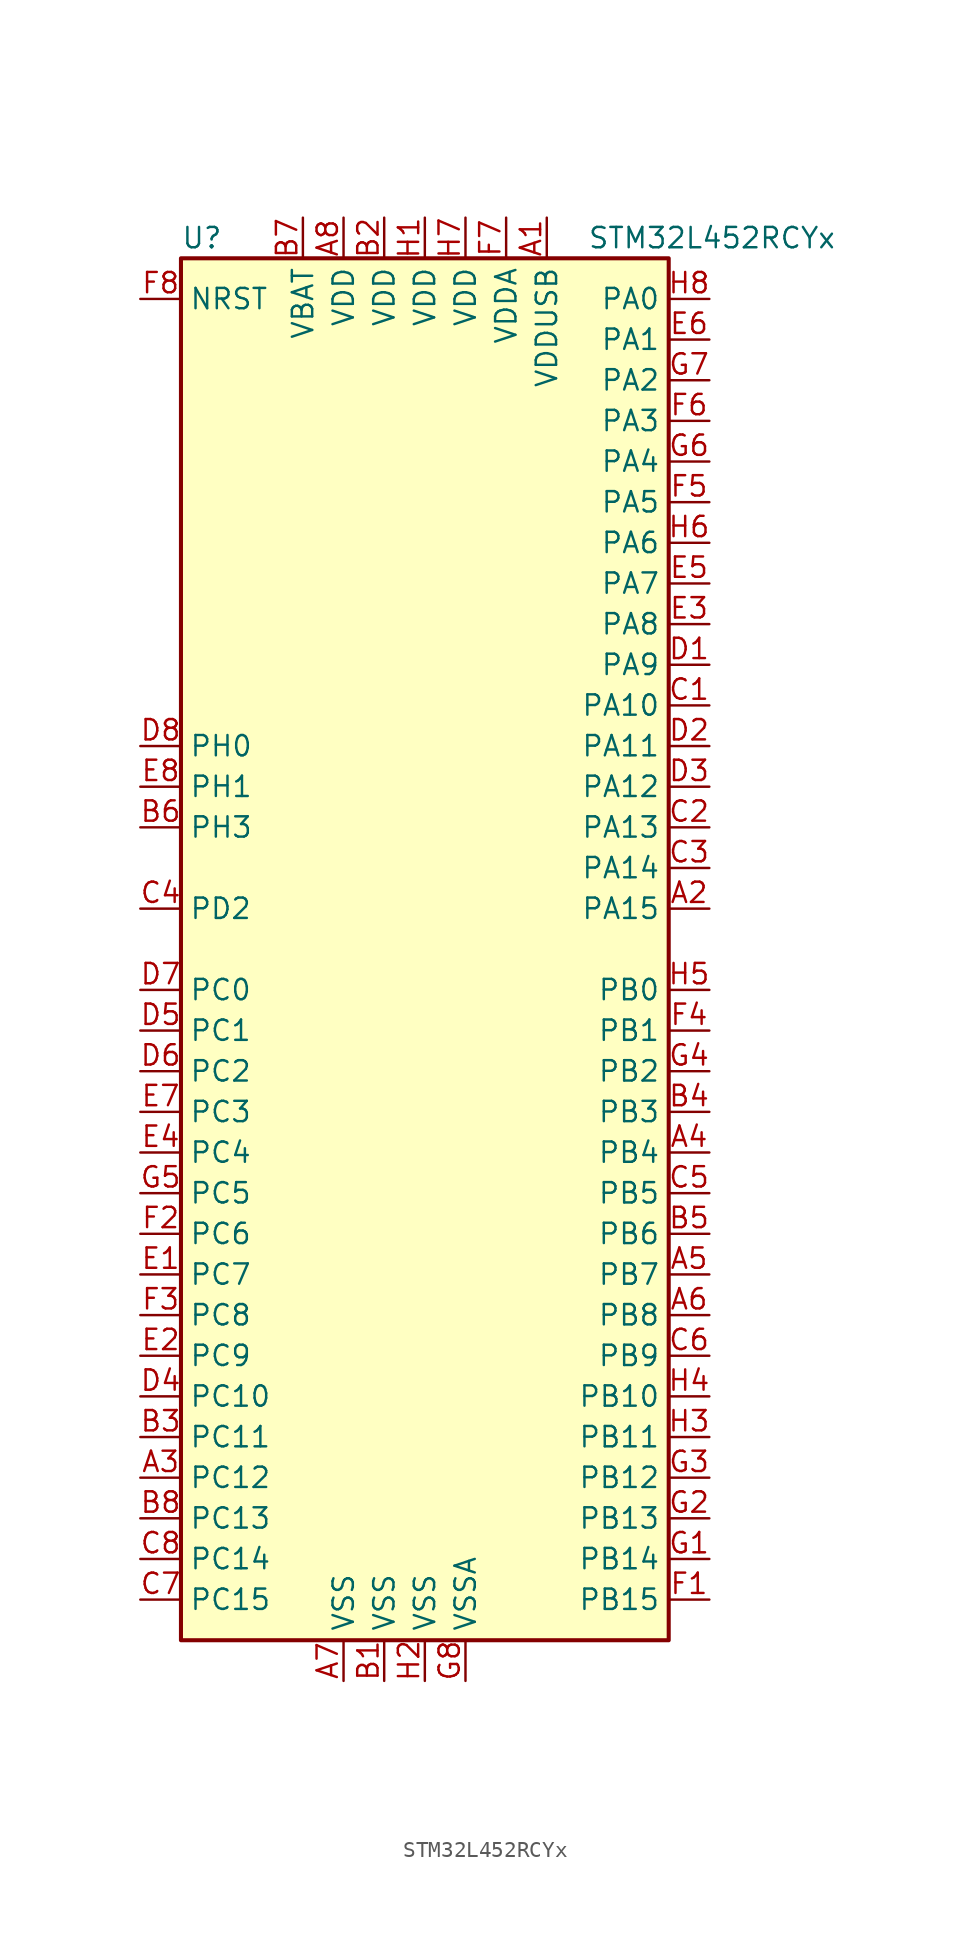
<source format=kicad_sym>
(kicad_symbol_lib
  (version 20201005)
  (generator kicad_symbol_editor)
  (symbol "STM32L452RCYx"
    (property "Reference" "U"
      (at -15.24 44.45 0)
      (effects (font (size 1.27 1.27)) (justify left)))
    (property "Value" "STM32L452RCYx"
      (at 10.16 44.45 0)
      (effects (font (size 1.27 1.27)) (justify left)))
    (symbol "STM32L452RCYx_0_1"
      (rectangle (start -15.24 -43.18) (end 15.24 43.18) (stroke (width 0.254)) (fill (type background))))
    (symbol "STM32L452RCYx_1_1"
      (pin power_in line (at 7.62 45.72 270) (length 2.54) (name "VDDUSB" (effects (font (size 1.27 1.27)))) (number "A1" (effects (font (size 1.27 1.27)))))
      (pin bidirectional line (at 17.78 2.54 180) (length 2.54) (name "PA15" (effects (font (size 1.27 1.27)))) (number "A2" (effects (font (size 1.27 1.27)))))
      (pin bidirectional line (at -17.78 -33.02 0) (length 2.54) (name "PC12" (effects (font (size 1.27 1.27)))) (number "A3" (effects (font (size 1.27 1.27)))))
      (pin bidirectional line (at 17.78 -12.7 180) (length 2.54) (name "PB4" (effects (font (size 1.27 1.27)))) (number "A4" (effects (font (size 1.27 1.27)))))
      (pin bidirectional line (at 17.78 -20.32 180) (length 2.54) (name "PB7" (effects (font (size 1.27 1.27)))) (number "A5" (effects (font (size 1.27 1.27)))))
      (pin bidirectional line (at 17.78 -22.86 180) (length 2.54) (name "PB8" (effects (font (size 1.27 1.27)))) (number "A6" (effects (font (size 1.27 1.27)))))
      (pin power_in line (at -5.08 -45.72 90) (length 2.54) (name "VSS" (effects (font (size 1.27 1.27)))) (number "A7" (effects (font (size 1.27 1.27)))))
      (pin power_in line (at -5.08 45.72 270) (length 2.54) (name "VDD" (effects (font (size 1.27 1.27)))) (number "A8" (effects (font (size 1.27 1.27)))))
      (pin power_in line (at -2.54 -45.72 90) (length 2.54) (name "VSS" (effects (font (size 1.27 1.27)))) (number "B1" (effects (font (size 1.27 1.27)))))
      (pin power_in line (at -2.54 45.72 270) (length 2.54) (name "VDD" (effects (font (size 1.27 1.27)))) (number "B2" (effects (font (size 1.27 1.27)))))
      (pin bidirectional line (at -17.78 -30.48 0) (length 2.54) (name "PC11" (effects (font (size 1.27 1.27)))) (number "B3" (effects (font (size 1.27 1.27)))))
      (pin bidirectional line (at 17.78 -10.16 180) (length 2.54) (name "PB3" (effects (font (size 1.27 1.27)))) (number "B4" (effects (font (size 1.27 1.27)))))
      (pin bidirectional line (at 17.78 -17.78 180) (length 2.54) (name "PB6" (effects (font (size 1.27 1.27)))) (number "B5" (effects (font (size 1.27 1.27)))))
      (pin bidirectional line (at -17.78 7.62 0) (length 2.54) (name "PH3" (effects (font (size 1.27 1.27)))) (number "B6" (effects (font (size 1.27 1.27)))))
      (pin power_in line (at -7.62 45.72 270) (length 2.54) (name "VBAT" (effects (font (size 1.27 1.27)))) (number "B7" (effects (font (size 1.27 1.27)))))
      (pin bidirectional line (at -17.78 -35.56 0) (length 2.54) (name "PC13" (effects (font (size 1.27 1.27)))) (number "B8" (effects (font (size 1.27 1.27)))))
      (pin bidirectional line (at 17.78 15.24 180) (length 2.54) (name "PA10" (effects (font (size 1.27 1.27)))) (number "C1" (effects (font (size 1.27 1.27)))))
      (pin bidirectional line (at 17.78 7.62 180) (length 2.54) (name "PA13" (effects (font (size 1.27 1.27)))) (number "C2" (effects (font (size 1.27 1.27)))))
      (pin bidirectional line (at 17.78 5.08 180) (length 2.54) (name "PA14" (effects (font (size 1.27 1.27)))) (number "C3" (effects (font (size 1.27 1.27)))))
      (pin bidirectional line (at -17.78 2.54 0) (length 2.54) (name "PD2" (effects (font (size 1.27 1.27)))) (number "C4" (effects (font (size 1.27 1.27)))))
      (pin bidirectional line (at 17.78 -15.24 180) (length 2.54) (name "PB5" (effects (font (size 1.27 1.27)))) (number "C5" (effects (font (size 1.27 1.27)))))
      (pin bidirectional line (at 17.78 -25.4 180) (length 2.54) (name "PB9" (effects (font (size 1.27 1.27)))) (number "C6" (effects (font (size 1.27 1.27)))))
      (pin bidirectional line (at -17.78 -40.64 0) (length 2.54) (name "PC15" (effects (font (size 1.27 1.27)))) (number "C7" (effects (font (size 1.27 1.27)))))
      (pin bidirectional line (at -17.78 -38.1 0) (length 2.54) (name "PC14" (effects (font (size 1.27 1.27)))) (number "C8" (effects (font (size 1.27 1.27)))))
      (pin bidirectional line (at 17.78 17.78 180) (length 2.54) (name "PA9" (effects (font (size 1.27 1.27)))) (number "D1" (effects (font (size 1.27 1.27)))))
      (pin bidirectional line (at 17.78 12.7 180) (length 2.54) (name "PA11" (effects (font (size 1.27 1.27)))) (number "D2" (effects (font (size 1.27 1.27)))))
      (pin bidirectional line (at 17.78 10.16 180) (length 2.54) (name "PA12" (effects (font (size 1.27 1.27)))) (number "D3" (effects (font (size 1.27 1.27)))))
      (pin bidirectional line (at -17.78 -27.94 0) (length 2.54) (name "PC10" (effects (font (size 1.27 1.27)))) (number "D4" (effects (font (size 1.27 1.27)))))
      (pin bidirectional line (at -17.78 -5.08 0) (length 2.54) (name "PC1" (effects (font (size 1.27 1.27)))) (number "D5" (effects (font (size 1.27 1.27)))))
      (pin bidirectional line (at -17.78 -7.62 0) (length 2.54) (name "PC2" (effects (font (size 1.27 1.27)))) (number "D6" (effects (font (size 1.27 1.27)))))
      (pin bidirectional line (at -17.78 -2.54 0) (length 2.54) (name "PC0" (effects (font (size 1.27 1.27)))) (number "D7" (effects (font (size 1.27 1.27)))))
      (pin input line (at -17.78 12.7 0) (length 2.54) (name "PH0" (effects (font (size 1.27 1.27)))) (number "D8" (effects (font (size 1.27 1.27)))))
      (pin bidirectional line (at -17.78 -20.32 0) (length 2.54) (name "PC7" (effects (font (size 1.27 1.27)))) (number "E1" (effects (font (size 1.27 1.27)))))
      (pin bidirectional line (at -17.78 -25.4 0) (length 2.54) (name "PC9" (effects (font (size 1.27 1.27)))) (number "E2" (effects (font (size 1.27 1.27)))))
      (pin bidirectional line (at 17.78 20.32 180) (length 2.54) (name "PA8" (effects (font (size 1.27 1.27)))) (number "E3" (effects (font (size 1.27 1.27)))))
      (pin bidirectional line (at -17.78 -12.7 0) (length 2.54) (name "PC4" (effects (font (size 1.27 1.27)))) (number "E4" (effects (font (size 1.27 1.27)))))
      (pin bidirectional line (at 17.78 22.86 180) (length 2.54) (name "PA7" (effects (font (size 1.27 1.27)))) (number "E5" (effects (font (size 1.27 1.27)))))
      (pin bidirectional line (at 17.78 38.1 180) (length 2.54) (name "PA1" (effects (font (size 1.27 1.27)))) (number "E6" (effects (font (size 1.27 1.27)))))
      (pin bidirectional line (at -17.78 -10.16 0) (length 2.54) (name "PC3" (effects (font (size 1.27 1.27)))) (number "E7" (effects (font (size 1.27 1.27)))))
      (pin input line (at -17.78 10.16 0) (length 2.54) (name "PH1" (effects (font (size 1.27 1.27)))) (number "E8" (effects (font (size 1.27 1.27)))))
      (pin bidirectional line (at 17.78 -40.64 180) (length 2.54) (name "PB15" (effects (font (size 1.27 1.27)))) (number "F1" (effects (font (size 1.27 1.27)))))
      (pin bidirectional line (at -17.78 -17.78 0) (length 2.54) (name "PC6" (effects (font (size 1.27 1.27)))) (number "F2" (effects (font (size 1.27 1.27)))))
      (pin bidirectional line (at -17.78 -22.86 0) (length 2.54) (name "PC8" (effects (font (size 1.27 1.27)))) (number "F3" (effects (font (size 1.27 1.27)))))
      (pin bidirectional line (at 17.78 -5.08 180) (length 2.54) (name "PB1" (effects (font (size 1.27 1.27)))) (number "F4" (effects (font (size 1.27 1.27)))))
      (pin bidirectional line (at 17.78 27.94 180) (length 2.54) (name "PA5" (effects (font (size 1.27 1.27)))) (number "F5" (effects (font (size 1.27 1.27)))))
      (pin bidirectional line (at 17.78 33.02 180) (length 2.54) (name "PA3" (effects (font (size 1.27 1.27)))) (number "F6" (effects (font (size 1.27 1.27)))))
      (pin power_in line (at 5.08 45.72 270) (length 2.54) (name "VDDA" (effects (font (size 1.27 1.27)))) (number "F7" (effects (font (size 1.27 1.27)))))
      (pin input line (at -17.78 40.64 0) (length 2.54) (name "NRST" (effects (font (size 1.27 1.27)))) (number "F8" (effects (font (size 1.27 1.27)))))
      (pin bidirectional line (at 17.78 -38.1 180) (length 2.54) (name "PB14" (effects (font (size 1.27 1.27)))) (number "G1" (effects (font (size 1.27 1.27)))))
      (pin bidirectional line (at 17.78 -35.56 180) (length 2.54) (name "PB13" (effects (font (size 1.27 1.27)))) (number "G2" (effects (font (size 1.27 1.27)))))
      (pin bidirectional line (at 17.78 -33.02 180) (length 2.54) (name "PB12" (effects (font (size 1.27 1.27)))) (number "G3" (effects (font (size 1.27 1.27)))))
      (pin bidirectional line (at 17.78 -7.62 180) (length 2.54) (name "PB2" (effects (font (size 1.27 1.27)))) (number "G4" (effects (font (size 1.27 1.27)))))
      (pin bidirectional line (at -17.78 -15.24 0) (length 2.54) (name "PC5" (effects (font (size 1.27 1.27)))) (number "G5" (effects (font (size 1.27 1.27)))))
      (pin bidirectional line (at 17.78 30.48 180) (length 2.54) (name "PA4" (effects (font (size 1.27 1.27)))) (number "G6" (effects (font (size 1.27 1.27)))))
      (pin bidirectional line (at 17.78 35.56 180) (length 2.54) (name "PA2" (effects (font (size 1.27 1.27)))) (number "G7" (effects (font (size 1.27 1.27)))))
      (pin power_in line (at 2.54 -45.72 90) (length 2.54) (name "VSSA" (effects (font (size 1.27 1.27)))) (number "G8" (effects (font (size 1.27 1.27)))))
      (pin power_in line (at 0 45.72 270) (length 2.54) (name "VDD" (effects (font (size 1.27 1.27)))) (number "H1" (effects (font (size 1.27 1.27)))))
      (pin power_in line (at 0 -45.72 90) (length 2.54) (name "VSS" (effects (font (size 1.27 1.27)))) (number "H2" (effects (font (size 1.27 1.27)))))
      (pin bidirectional line (at 17.78 -30.48 180) (length 2.54) (name "PB11" (effects (font (size 1.27 1.27)))) (number "H3" (effects (font (size 1.27 1.27)))))
      (pin bidirectional line (at 17.78 -27.94 180) (length 2.54) (name "PB10" (effects (font (size 1.27 1.27)))) (number "H4" (effects (font (size 1.27 1.27)))))
      (pin bidirectional line (at 17.78 -2.54 180) (length 2.54) (name "PB0" (effects (font (size 1.27 1.27)))) (number "H5" (effects (font (size 1.27 1.27)))))
      (pin bidirectional line (at 17.78 25.4 180) (length 2.54) (name "PA6" (effects (font (size 1.27 1.27)))) (number "H6" (effects (font (size 1.27 1.27)))))
      (pin power_in line (at 2.54 45.72 270) (length 2.54) (name "VDD" (effects (font (size 1.27 1.27)))) (number "H7" (effects (font (size 1.27 1.27)))))
      (pin bidirectional line (at 17.78 40.64 180) (length 2.54) (name "PA0" (effects (font (size 1.27 1.27)))) (number "H8" (effects (font (size 1.27 1.27))))))))
</source>
